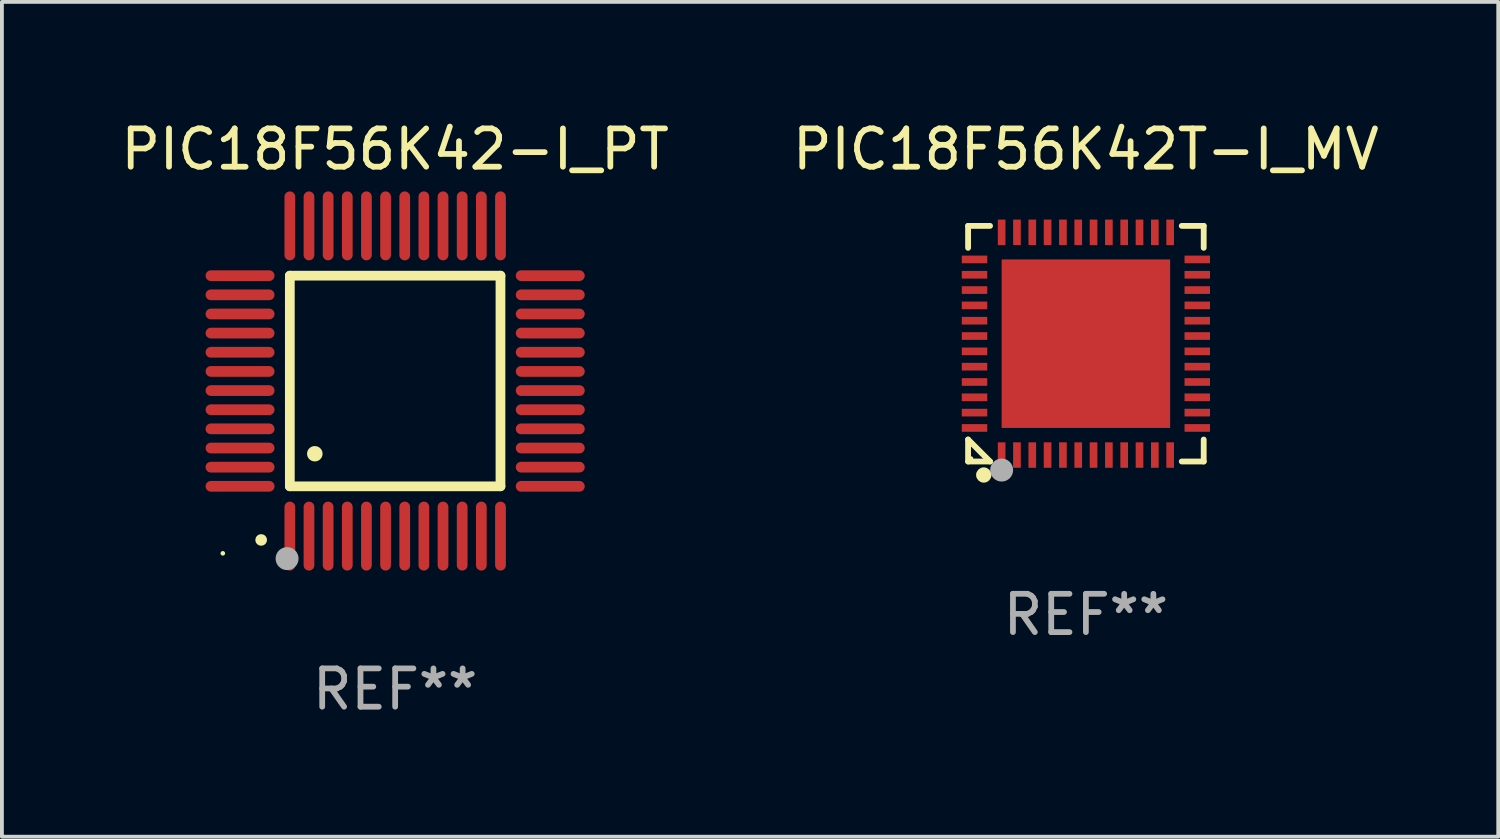
<source format=kicad_pcb>
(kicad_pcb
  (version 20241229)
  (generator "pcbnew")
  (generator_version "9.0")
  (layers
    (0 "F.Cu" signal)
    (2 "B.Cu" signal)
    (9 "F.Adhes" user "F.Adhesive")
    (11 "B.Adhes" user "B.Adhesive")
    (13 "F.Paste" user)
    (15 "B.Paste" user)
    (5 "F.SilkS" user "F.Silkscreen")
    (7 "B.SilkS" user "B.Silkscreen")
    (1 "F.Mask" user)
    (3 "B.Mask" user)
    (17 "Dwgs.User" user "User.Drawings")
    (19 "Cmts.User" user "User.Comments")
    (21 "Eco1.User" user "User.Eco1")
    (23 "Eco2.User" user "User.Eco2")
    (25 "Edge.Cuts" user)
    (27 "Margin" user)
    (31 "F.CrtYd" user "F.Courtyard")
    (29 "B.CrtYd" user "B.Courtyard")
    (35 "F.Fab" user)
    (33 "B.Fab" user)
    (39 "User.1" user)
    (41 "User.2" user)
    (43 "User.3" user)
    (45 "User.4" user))
  (footprint "PIC18F56K42-I_PT"
    (layer "F.Cu")
    (at 7.268 6.898)
    (property "Reference" "PIC18F56K42-I_PT" (at 0 -6.05 0) (layer "F.SilkS") (effects (font (size 1 1) (thickness 0.15))))
    (attr through_hole)
    (fp_line (start -2.75 -2.75) (end 2.75 -2.75) (stroke (width 0.254) (type solid)) (layer "F.SilkS"))
    (fp_line (start -2.75 2.75) (end -2.75 -2.75) (stroke (width 0.254) (type solid)) (layer "F.SilkS"))
    (fp_line (start 2.75 -2.75) (end 2.75 2.75) (stroke (width 0.254) (type solid)) (layer "F.SilkS"))
    (fp_line (start 2.75 2.75) (end -2.75 2.75) (stroke (width 0.254) (type solid)) (layer "F.SilkS"))
    (fp_arc (start -3.500127 4.150368) (mid -3.498857 4.150363) (end -3.497587 4.150368) (stroke (width 0.3) (type solid)) (layer "F.SilkS"))
    (fp_arc (start -2.100584 1.899924) (mid -2.098044 1.899908) (end -2.095504 1.899924) (stroke (width 0.4) (type solid)) (layer "F.SilkS"))
    (fp_circle (center -4.5 4.5) (end -4.47 4.5) (stroke (width 0.06) (type solid)) (fill no) (layer "F.SilkS"))
    (fp_circle (center -2.822 4.638) (end -2.672 4.638) (stroke (width 0.3) (type solid)) (fill no) (layer "F.Fab"))
    (fp_text user "REF**" (at 0 8.05 0) (layer "F.Fab") (effects (font (size 1 1) (thickness 0.15))))
    (pad "1" smd oval (at -2.75 4.05) (size 0.28 1.8) (layers "F.Cu" "F.Mask" "F.Paste"))
    (pad "2" smd oval (at -2.25 4.05) (size 0.28 1.8) (layers "F.Cu" "F.Mask" "F.Paste"))
    (pad "3" smd oval (at -1.75 4.05) (size 0.28 1.8) (layers "F.Cu" "F.Mask" "F.Paste"))
    (pad "4" smd oval (at -1.25 4.05) (size 0.28 1.8) (layers "F.Cu" "F.Mask" "F.Paste"))
    (pad "5" smd oval (at -0.75 4.05) (size 0.28 1.8) (layers "F.Cu" "F.Mask" "F.Paste"))
    (pad "6" smd oval (at -0.25 4.05) (size 0.28 1.8) (layers "F.Cu" "F.Mask" "F.Paste"))
    (pad "7" smd oval (at 0.25 4.05) (size 0.28 1.8) (layers "F.Cu" "F.Mask" "F.Paste"))
    (pad "8" smd oval (at 0.75 4.05) (size 0.28 1.8) (layers "F.Cu" "F.Mask" "F.Paste"))
    (pad "9" smd oval (at 1.25 4.05) (size 0.28 1.8) (layers "F.Cu" "F.Mask" "F.Paste"))
    (pad "10" smd oval (at 1.75 4.05) (size 0.28 1.8) (layers "F.Cu" "F.Mask" "F.Paste"))
    (pad "11" smd oval (at 2.25 4.05) (size 0.28 1.8) (layers "F.Cu" "F.Mask" "F.Paste"))
    (pad "12" smd oval (at 2.75 4.05) (size 0.28 1.8) (layers "F.Cu" "F.Mask" "F.Paste"))
    (pad "13" smd oval (at 4.05 2.75) (size 1.8 0.28) (layers "F.Cu" "F.Mask" "F.Paste"))
    (pad "14" smd oval (at 4.05 2.25) (size 1.8 0.28) (layers "F.Cu" "F.Mask" "F.Paste"))
    (pad "15" smd oval (at 4.05 1.75) (size 1.8 0.28) (layers "F.Cu" "F.Mask" "F.Paste"))
    (pad "16" smd oval (at 4.05 1.25) (size 1.8 0.28) (layers "F.Cu" "F.Mask" "F.Paste"))
    (pad "17" smd oval (at 4.05 0.75) (size 1.8 0.28) (layers "F.Cu" "F.Mask" "F.Paste"))
    (pad "18" smd oval (at 4.05 0.25) (size 1.8 0.28) (layers "F.Cu" "F.Mask" "F.Paste"))
    (pad "19" smd oval (at 4.05 -0.25) (size 1.8 0.28) (layers "F.Cu" "F.Mask" "F.Paste"))
    (pad "20" smd oval (at 4.05 -0.75) (size 1.8 0.28) (layers "F.Cu" "F.Mask" "F.Paste"))
    (pad "21" smd oval (at 4.05 -1.25) (size 1.8 0.28) (layers "F.Cu" "F.Mask" "F.Paste"))
    (pad "22" smd oval (at 4.05 -1.75) (size 1.8 0.28) (layers "F.Cu" "F.Mask" "F.Paste"))
    (pad "23" smd oval (at 4.05 -2.25) (size 1.8 0.28) (layers "F.Cu" "F.Mask" "F.Paste"))
    (pad "24" smd oval (at 4.05 -2.75) (size 1.8 0.28) (layers "F.Cu" "F.Mask" "F.Paste"))
    (pad "25" smd oval (at 2.75 -4.05) (size 0.28 1.8) (layers "F.Cu" "F.Mask" "F.Paste"))
    (pad "26" smd oval (at 2.25 -4.05) (size 0.28 1.8) (layers "F.Cu" "F.Mask" "F.Paste"))
    (pad "27" smd oval (at 1.75 -4.05) (size 0.28 1.8) (layers "F.Cu" "F.Mask" "F.Paste"))
    (pad "28" smd oval (at 1.25 -4.05) (size 0.28 1.8) (layers "F.Cu" "F.Mask" "F.Paste"))
    (pad "29" smd oval (at 0.75 -4.05) (size 0.28 1.8) (layers "F.Cu" "F.Mask" "F.Paste"))
    (pad "30" smd oval (at 0.25 -4.05) (size 0.28 1.8) (layers "F.Cu" "F.Mask" "F.Paste"))
    (pad "31" smd oval (at -0.25 -4.05) (size 0.28 1.8) (layers "F.Cu" "F.Mask" "F.Paste"))
    (pad "32" smd oval (at -0.75 -4.05) (size 0.28 1.8) (layers "F.Cu" "F.Mask" "F.Paste"))
    (pad "33" smd oval (at -1.25 -4.05) (size 0.28 1.8) (layers "F.Cu" "F.Mask" "F.Paste"))
    (pad "34" smd oval (at -1.75 -4.05) (size 0.28 1.8) (layers "F.Cu" "F.Mask" "F.Paste"))
    (pad "35" smd oval (at -2.25 -4.05) (size 0.28 1.8) (layers "F.Cu" "F.Mask" "F.Paste"))
    (pad "36" smd oval (at -2.75 -4.05) (size 0.28 1.8) (layers "F.Cu" "F.Mask" "F.Paste"))
    (pad "37" smd oval (at -4.05 -2.75) (size 1.8 0.28) (layers "F.Cu" "F.Mask" "F.Paste"))
    (pad "38" smd oval (at -4.05 -2.25) (size 1.8 0.28) (layers "F.Cu" "F.Mask" "F.Paste"))
    (pad "39" smd oval (at -4.05 -1.75) (size 1.8 0.28) (layers "F.Cu" "F.Mask" "F.Paste"))
    (pad "40" smd oval (at -4.05 -1.25) (size 1.8 0.28) (layers "F.Cu" "F.Mask" "F.Paste"))
    (pad "41" smd oval (at -4.05 -0.75) (size 1.8 0.28) (layers "F.Cu" "F.Mask" "F.Paste"))
    (pad "42" smd oval (at -4.05 -0.25) (size 1.8 0.28) (layers "F.Cu" "F.Mask" "F.Paste"))
    (pad "43" smd oval (at -4.05 0.25) (size 1.8 0.28) (layers "F.Cu" "F.Mask" "F.Paste"))
    (pad "44" smd oval (at -4.05 0.75) (size 1.8 0.28) (layers "F.Cu" "F.Mask" "F.Paste"))
    (pad "45" smd oval (at -4.05 1.25) (size 1.8 0.28) (layers "F.Cu" "F.Mask" "F.Paste"))
    (pad "46" smd oval (at -4.05 1.75) (size 1.8 0.28) (layers "F.Cu" "F.Mask" "F.Paste"))
    (pad "47" smd oval (at -4.05 2.25) (size 1.8 0.28) (layers "F.Cu" "F.Mask" "F.Paste"))
    (pad "48" smd oval (at -4.05 2.75) (size 1.8 0.28) (layers "F.Cu" "F.Mask" "F.Paste")))
  (footprint "PIC18F56K42T-I_MV"
    (layer "F.Cu")
    (at 25.304 5.924)
    (property "Reference" "PIC18F56K42T-I_MV" (at 0 -5.076 0) (layer "F.SilkS") (effects (font (size 1 1) (thickness 0.15))))
    (attr through_hole)
    (fp_line (start -3.076 -3.076) (end -2.503 -3.076) (stroke (width 0.152) (type solid)) (layer "F.SilkS"))
    (fp_line (start -3.076 -2.503) (end -3.076 -3.076) (stroke (width 0.152) (type solid)) (layer "F.SilkS"))
    (fp_line (start -3.076 2.503) (end -3.076 3.076) (stroke (width 0.152) (type solid)) (layer "F.SilkS"))
    (fp_line (start -3.076 2.503) (end -2.503 3.076) (stroke (width 0.152) (type solid)) (layer "F.SilkS"))
    (fp_line (start -3.076 3.076) (end -2.503 3.076) (stroke (width 0.152) (type solid)) (layer "F.SilkS"))
    (fp_line (start 3.076 -3.076) (end 2.503 -3.076) (stroke (width 0.152) (type solid)) (layer "F.SilkS"))
    (fp_line (start 3.076 -2.503) (end 3.076 -3.076) (stroke (width 0.152) (type solid)) (layer "F.SilkS"))
    (fp_line (start 3.076 2.503) (end 3.076 3.076) (stroke (width 0.152) (type solid)) (layer "F.SilkS"))
    (fp_line (start 3.076 3.076) (end 2.503 3.076) (stroke (width 0.152) (type solid)) (layer "F.SilkS"))
    (fp_circle (center -3 3) (end -2.97 3) (stroke (width 0.06) (type solid)) (fill no) (layer "F.SilkS"))
    (fp_circle (center -2.667 3.429) (end -2.567 3.429) (stroke (width 0.2) (type solid)) (fill no) (layer "F.SilkS"))
    (fp_circle (center -2.2 3.3) (end -2.05 3.3) (stroke (width 0.3) (type solid)) (fill no) (layer "F.Fab"))
    (fp_text user "REF**" (at 0 7.076 0) (layer "F.Fab") (effects (font (size 1 1) (thickness 0.15))))
    (pad "1" smd rect (at -2.2 2.908) (size 0.2 0.665) (layers "F.Cu" "F.Mask" "F.Paste"))
    (pad "2" smd rect (at -1.8 2.908) (size 0.2 0.665) (layers "F.Cu" "F.Mask" "F.Paste"))
    (pad "3" smd rect (at -1.4 2.908) (size 0.2 0.665) (layers "F.Cu" "F.Mask" "F.Paste"))
    (pad "4" smd rect (at -1 2.908) (size 0.2 0.665) (layers "F.Cu" "F.Mask" "F.Paste"))
    (pad "5" smd rect (at -0.6 2.908) (size 0.2 0.665) (layers "F.Cu" "F.Mask" "F.Paste"))
    (pad "6" smd rect (at -0.2 2.908) (size 0.2 0.665) (layers "F.Cu" "F.Mask" "F.Paste"))
    (pad "7" smd rect (at 0.2 2.908) (size 0.2 0.665) (layers "F.Cu" "F.Mask" "F.Paste"))
    (pad "8" smd rect (at 0.6 2.908) (size 0.2 0.665) (layers "F.Cu" "F.Mask" "F.Paste"))
    (pad "9" smd rect (at 1 2.908) (size 0.2 0.665) (layers "F.Cu" "F.Mask" "F.Paste"))
    (pad "10" smd rect (at 1.4 2.908) (size 0.2 0.665) (layers "F.Cu" "F.Mask" "F.Paste"))
    (pad "11" smd rect (at 1.8 2.908) (size 0.2 0.665) (layers "F.Cu" "F.Mask" "F.Paste"))
    (pad "12" smd rect (at 2.2 2.908) (size 0.2 0.665) (layers "F.Cu" "F.Mask" "F.Paste"))
    (pad "13" smd rect (at 2.908 2.2) (size 0.665 0.2) (layers "F.Cu" "F.Mask" "F.Paste"))
    (pad "14" smd rect (at 2.908 1.8) (size 0.665 0.2) (layers "F.Cu" "F.Mask" "F.Paste"))
    (pad "15" smd rect (at 2.908 1.4) (size 0.665 0.2) (layers "F.Cu" "F.Mask" "F.Paste"))
    (pad "16" smd rect (at 2.908 1) (size 0.665 0.2) (layers "F.Cu" "F.Mask" "F.Paste"))
    (pad "17" smd rect (at 2.908 0.6) (size 0.665 0.2) (layers "F.Cu" "F.Mask" "F.Paste"))
    (pad "18" smd rect (at 2.908 0.2) (size 0.665 0.2) (layers "F.Cu" "F.Mask" "F.Paste"))
    (pad "19" smd rect (at 2.908 -0.2) (size 0.665 0.2) (layers "F.Cu" "F.Mask" "F.Paste"))
    (pad "20" smd rect (at 2.908 -0.6) (size 0.665 0.2) (layers "F.Cu" "F.Mask" "F.Paste"))
    (pad "21" smd rect (at 2.908 -1) (size 0.665 0.2) (layers "F.Cu" "F.Mask" "F.Paste"))
    (pad "22" smd rect (at 2.908 -1.4) (size 0.665 0.2) (layers "F.Cu" "F.Mask" "F.Paste"))
    (pad "23" smd rect (at 2.908 -1.8) (size 0.665 0.2) (layers "F.Cu" "F.Mask" "F.Paste"))
    (pad "24" smd rect (at 2.908 -2.2) (size 0.665 0.2) (layers "F.Cu" "F.Mask" "F.Paste"))
    (pad "25" smd rect (at 2.2 -2.908) (size 0.2 0.665) (layers "F.Cu" "F.Mask" "F.Paste"))
    (pad "26" smd rect (at 1.8 -2.908) (size 0.2 0.665) (layers "F.Cu" "F.Mask" "F.Paste"))
    (pad "27" smd rect (at 1.4 -2.908) (size 0.2 0.665) (layers "F.Cu" "F.Mask" "F.Paste"))
    (pad "28" smd rect (at 1 -2.908) (size 0.2 0.665) (layers "F.Cu" "F.Mask" "F.Paste"))
    (pad "29" smd rect (at 0.6 -2.908) (size 0.2 0.665) (layers "F.Cu" "F.Mask" "F.Paste"))
    (pad "30" smd rect (at 0.2 -2.908) (size 0.2 0.665) (layers "F.Cu" "F.Mask" "F.Paste"))
    (pad "31" smd rect (at -0.2 -2.908) (size 0.2 0.665) (layers "F.Cu" "F.Mask" "F.Paste"))
    (pad "32" smd rect (at -0.6 -2.908) (size 0.2 0.665) (layers "F.Cu" "F.Mask" "F.Paste"))
    (pad "33" smd rect (at -1 -2.908) (size 0.2 0.665) (layers "F.Cu" "F.Mask" "F.Paste"))
    (pad "34" smd rect (at -1.4 -2.908) (size 0.2 0.665) (layers "F.Cu" "F.Mask" "F.Paste"))
    (pad "35" smd rect (at -1.8 -2.908) (size 0.2 0.665) (layers "F.Cu" "F.Mask" "F.Paste"))
    (pad "36" smd rect (at -2.2 -2.908) (size 0.2 0.665) (layers "F.Cu" "F.Mask" "F.Paste"))
    (pad "37" smd rect (at -2.908 -2.2) (size 0.665 0.2) (layers "F.Cu" "F.Mask" "F.Paste"))
    (pad "38" smd rect (at -2.908 -1.8) (size 0.665 0.2) (layers "F.Cu" "F.Mask" "F.Paste"))
    (pad "39" smd rect (at -2.908 -1.4) (size 0.665 0.2) (layers "F.Cu" "F.Mask" "F.Paste"))
    (pad "40" smd rect (at -2.908 -1) (size 0.665 0.2) (layers "F.Cu" "F.Mask" "F.Paste"))
    (pad "41" smd rect (at -2.908 -0.6) (size 0.665 0.2) (layers "F.Cu" "F.Mask" "F.Paste"))
    (pad "42" smd rect (at -2.908 -0.2) (size 0.665 0.2) (layers "F.Cu" "F.Mask" "F.Paste"))
    (pad "43" smd rect (at -2.908 0.2) (size 0.665 0.2) (layers "F.Cu" "F.Mask" "F.Paste"))
    (pad "44" smd rect (at -2.908 0.6) (size 0.665 0.2) (layers "F.Cu" "F.Mask" "F.Paste"))
    (pad "45" smd rect (at -2.908 1) (size 0.665 0.2) (layers "F.Cu" "F.Mask" "F.Paste"))
    (pad "46" smd rect (at -2.908 1.4) (size 0.665 0.2) (layers "F.Cu" "F.Mask" "F.Paste"))
    (pad "47" smd rect (at -2.908 1.8) (size 0.665 0.2) (layers "F.Cu" "F.Mask" "F.Paste"))
    (pad "48" smd rect (at -2.908 2.2) (size 0.665 0.2) (layers "F.Cu" "F.Mask" "F.Paste"))
    (pad "49" smd rect (at 0 0) (size 4.4 4.4) (layers "F.Cu" "F.Mask" "F.Paste")))
  (gr_rect
    (start -3 -3)
    (end 36.071 18.797)
    (stroke (width 0.1) (type default))
    (fill no)
    (layer "Edge.Cuts")))
</source>
